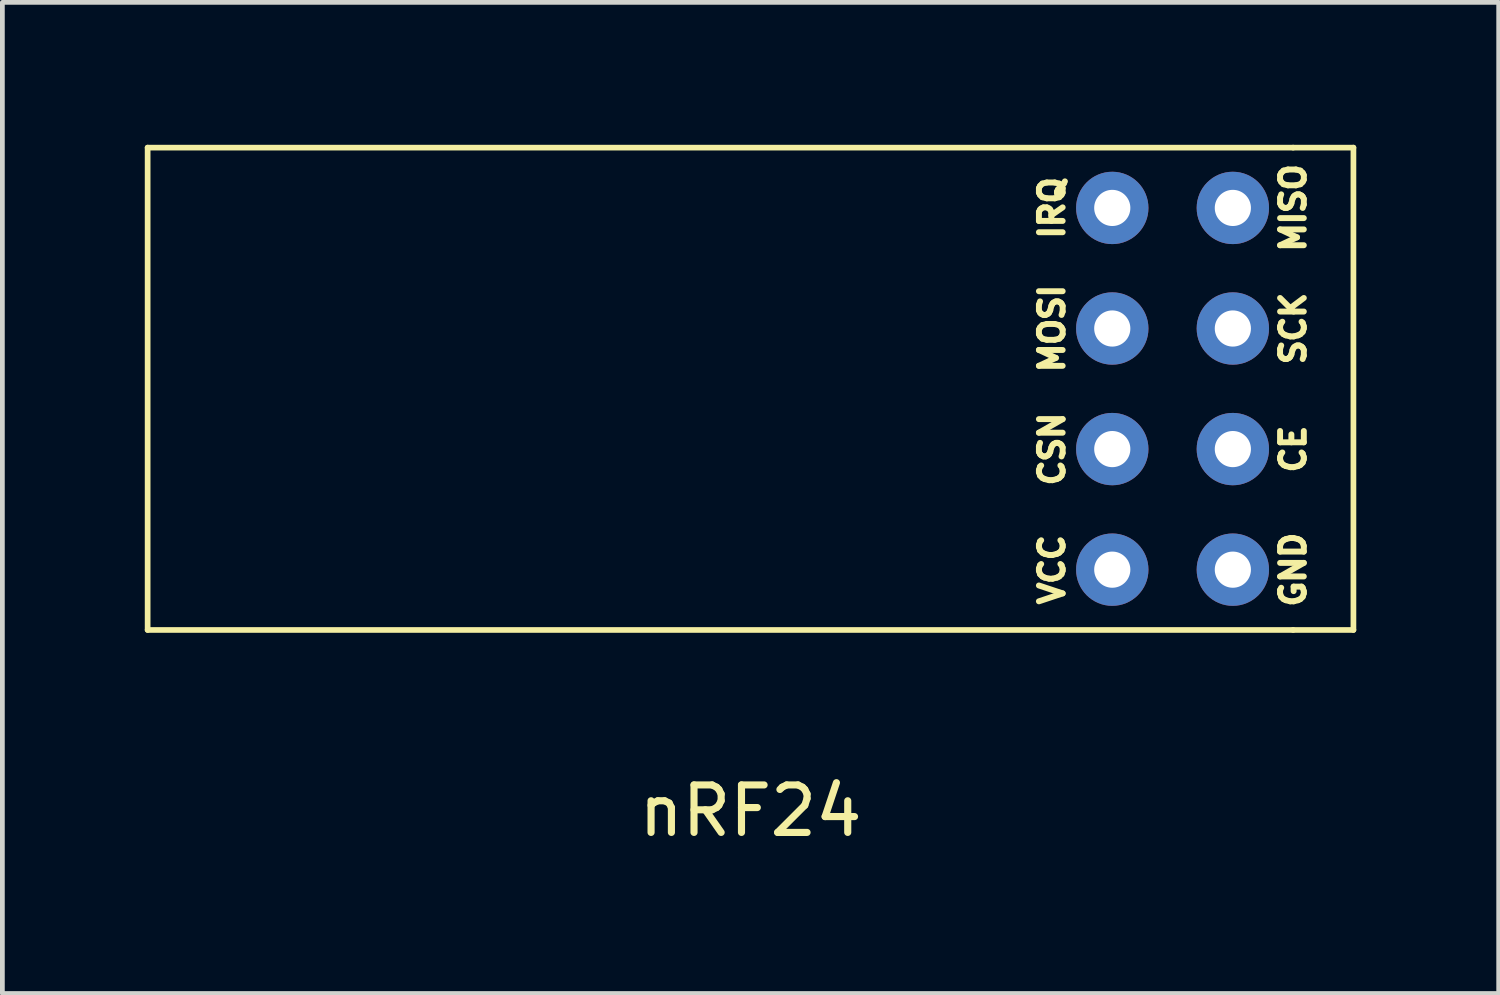
<source format=kicad_pcb>
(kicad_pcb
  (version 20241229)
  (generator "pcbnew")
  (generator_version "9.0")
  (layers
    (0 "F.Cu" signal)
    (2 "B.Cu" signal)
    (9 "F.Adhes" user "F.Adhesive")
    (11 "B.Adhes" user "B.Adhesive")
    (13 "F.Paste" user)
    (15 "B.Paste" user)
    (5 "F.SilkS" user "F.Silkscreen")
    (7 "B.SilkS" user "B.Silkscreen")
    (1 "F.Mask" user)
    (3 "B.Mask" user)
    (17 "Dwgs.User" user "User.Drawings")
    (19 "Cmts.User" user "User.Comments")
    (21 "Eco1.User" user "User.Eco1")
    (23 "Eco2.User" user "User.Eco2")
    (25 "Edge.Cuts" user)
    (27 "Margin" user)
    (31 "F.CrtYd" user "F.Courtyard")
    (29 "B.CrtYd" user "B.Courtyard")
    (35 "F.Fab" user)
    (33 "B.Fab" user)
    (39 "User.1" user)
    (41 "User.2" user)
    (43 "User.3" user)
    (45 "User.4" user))
  (footprint "nRF24"
    (layer "F.Cu")
    (at 12.76 5.14)
    (property "Reference" "nRF24" (at 0 8.89 0) (layer "F.SilkS") (effects (font (size 1 1) (thickness 0.15))))
    (attr through_hole)
    (fp_line (start -12.7 -5.08) (end -12.7 5.08) (stroke (width 0.12) (type solid)) (layer "F.SilkS"))
    (fp_line (start -12.7 5.08) (end 11.43 5.08) (stroke (width 0.12) (type solid)) (layer "F.SilkS"))
    (fp_line (start 11.43 -5.08) (end -12.7 -5.08) (stroke (width 0.12) (type solid)) (layer "F.SilkS"))
    (fp_line (start 11.43 -5.08) (end 12.7 -5.08) (stroke (width 0.12) (type solid)) (layer "F.SilkS"))
    (fp_line (start 12.7 -5.08) (end 12.7 5.08) (stroke (width 0.12) (type solid)) (layer "F.SilkS"))
    (fp_line (start 12.7 5.08) (end 11.43 5.08) (stroke (width 0.12) (type solid)) (layer "F.SilkS"))
    (fp_text user "SCK" (at 11.43 -1.27 270) (layer "F.SilkS") (effects (font (size 0.5 0.5) (thickness 0.125))))
    (fp_text user "VCC" (at 6.35 3.81 270) (layer "F.SilkS") (effects (font (size 0.5 0.5) (thickness 0.125))))
    (fp_text user "GND" (at 11.43 3.81 270) (layer "F.SilkS") (effects (font (size 0.5 0.5) (thickness 0.125))))
    (fp_text user "MISO" (at 11.43 -3.81 270) (layer "F.SilkS") (effects (font (size 0.5 0.5) (thickness 0.125))))
    (fp_text user "IRQ" (at 6.35 -3.81 270) (layer "F.SilkS") (effects (font (size 0.5 0.5) (thickness 0.125))))
    (fp_text user "MOSI" (at 6.35 -1.27 270) (layer "F.SilkS") (effects (font (size 0.5 0.5) (thickness 0.125))))
    (fp_text user "CSN" (at 6.35 1.27 270) (layer "F.SilkS") (effects (font (size 0.5 0.5) (thickness 0.125))))
    (fp_text user "CE" (at 11.43 1.27 270) (layer "F.SilkS") (effects (font (size 0.5 0.5) (thickness 0.125))))
    (pad "0" thru_hole circle (at 10.16 3.81) (size 1.524 1.524) (drill 0.762) (layers "*.Cu" "*.Mask"))
    (pad "1" thru_hole circle (at 10.16 1.27) (size 1.524 1.524) (drill 0.762) (layers "*.Cu" "*.Mask"))
    (pad "2" thru_hole circle (at 10.16 -1.27) (size 1.524 1.524) (drill 0.762) (layers "*.Cu" "*.Mask"))
    (pad "3" thru_hole circle (at 10.16 -3.81) (size 1.524 1.524) (drill 0.762) (layers "*.Cu" "*.Mask"))
    (pad "4" thru_hole circle (at 7.62 -3.81) (size 1.524 1.524) (drill 0.762) (layers "*.Cu" "*.Mask"))
    (pad "5" thru_hole circle (at 7.62 -1.27) (size 1.524 1.524) (drill 0.762) (layers "*.Cu" "*.Mask"))
    (pad "6" thru_hole circle (at 7.62 1.27) (size 1.524 1.524) (drill 0.762) (layers "*.Cu" "*.Mask"))
    (pad "7" thru_hole circle (at 7.62 3.81) (size 1.524 1.524) (drill 0.762) (layers "*.Cu" "*.Mask")))
  (gr_rect
    (start -3 -3)
    (end 28.52 17.878)
    (stroke (width 0.1) (type default))
    (fill no)
    (layer "Edge.Cuts")))
</source>
